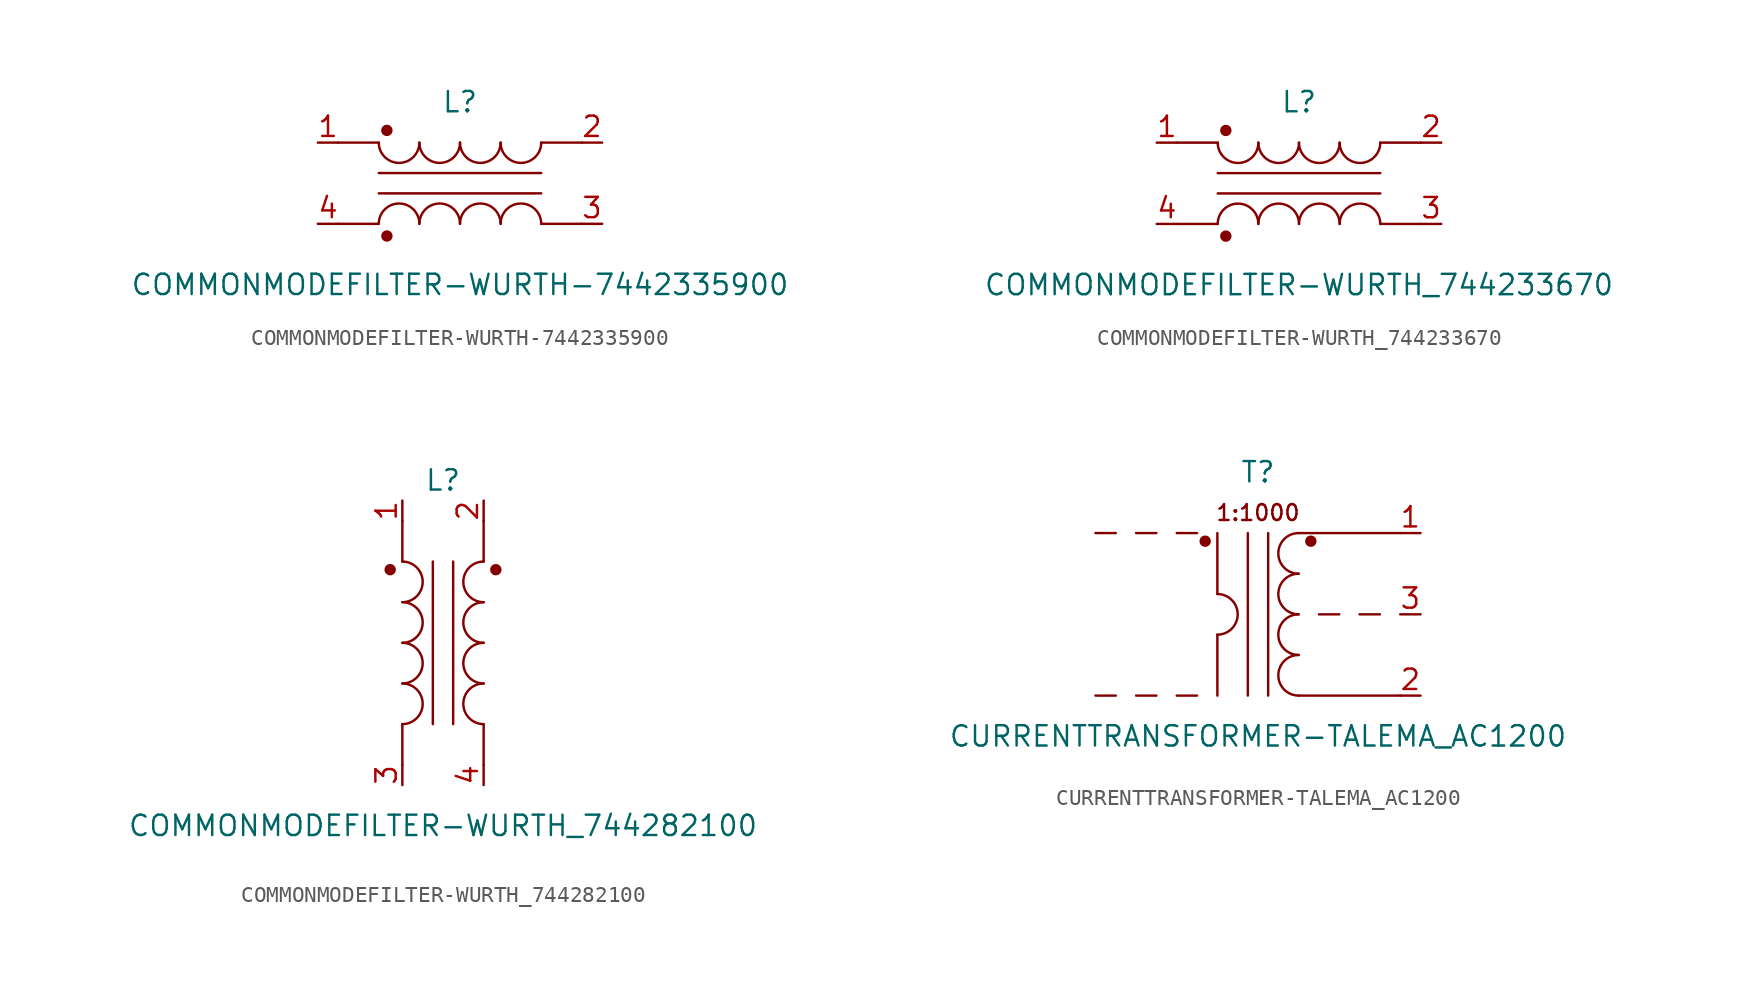
<source format=kicad_sym>
(kicad_symbol_lib
  (version 20201005)
  (generator kicad_symbol_editor)
  (symbol "COMMONMODEFILTER-WURTH-7442335900"
    (pin_names
      (offset 1.016) hide)
    (property "Reference" "L"
      (at 0 5.08 0)
      (effects (font (size 1.27 1.27))))
    (property "Value" "COMMONMODEFILTER-WURTH-7442335900"
      (at 0 -6.35 0)
      (effects (font (size 1.27 1.27))))
    (symbol "COMMONMODEFILTER-WURTH-7442335900_0_0"
      (arc (start -2.54 -2.54) (end -5.08 -2.54) (radius (at -3.81 -2.54) (length 1.27) (angles 0.1 179.9)) (stroke (width 0)) (fill (type none)))
      (arc (start -5.08 2.54) (end -2.54 2.54) (radius (at -3.81 2.54) (length 1.27) (angles -179.9 -0.1)) (stroke (width 0)) (fill (type none)))
      (arc (start 0 -2.54) (end -2.54 -2.54) (radius (at -1.27 -2.54) (length 1.27) (angles 0.1 179.9)) (stroke (width 0)) (fill (type none)))
      (arc (start -2.54 2.54) (end 0 2.54) (radius (at -1.27 2.54) (length 1.27) (angles -179.9 -0.1)) (stroke (width 0)) (fill (type none)))
      (arc (start 2.54 -2.54) (end 0 -2.54) (radius (at 1.27 -2.54) (length 1.27) (angles 0.1 179.9)) (stroke (width 0)) (fill (type none)))
      (arc (start 0 2.54) (end 2.54 2.54) (radius (at 1.27 2.54) (length 1.27) (angles -179.9 -0.1)) (stroke (width 0)) (fill (type none)))
      (arc (start 5.08 -2.54) (end 2.54 -2.54) (radius (at 3.81 -2.54) (length 1.27) (angles 0.1 179.9)) (stroke (width 0)) (fill (type none)))
      (arc (start 2.54 2.54) (end 5.08 2.54) (radius (at 3.81 2.54) (length 1.27) (angles -179.9 -0.1)) (stroke (width 0)) (fill (type none)))
      (circle (center -4.572 -3.302) (radius 0.279) (stroke (width 0)) (fill (type outline)))
      (circle (center -4.572 3.302) (radius 0.279) (stroke (width 0)) (fill (type outline))))
    (symbol "COMMONMODEFILTER-WURTH-7442335900_0_1"
      (polyline (pts (xy -7.62 -2.54) (xy -5.08 -2.54)) (stroke (width 0)) (fill (type none)))
      (polyline (pts (xy -7.62 2.54) (xy -5.08 2.54)) (stroke (width 0)) (fill (type none)))
      (polyline (pts (xy -5.08 -0.635) (xy 5.08 -0.635)) (stroke (width 0)) (fill (type none)))
      (polyline (pts (xy 5.08 0.635) (xy -5.08 0.635)) (stroke (width 0)) (fill (type none)))
      (polyline (pts (xy 5.08 2.54) (xy 7.62 2.54)) (stroke (width 0)) (fill (type none)))
      (polyline (pts (xy 7.62 -2.54) (xy 5.08 -2.54)) (stroke (width 0)) (fill (type none))))
    (symbol "COMMONMODEFILTER-WURTH-7442335900_1_1"
      (pin passive line (at -8.89 2.54 0) (length 1.27) (name "~" (effects (font (size 1.27 1.27)))) (number "1" (effects (font (size 1.27 1.27)))))
      (pin passive line (at 8.89 2.54 180) (length 1.27) (name "~" (effects (font (size 1.27 1.27)))) (number "2" (effects (font (size 1.27 1.27)))))
      (pin passive line (at 8.89 -2.54 180) (length 1.27) (name "~" (effects (font (size 1.27 1.27)))) (number "3" (effects (font (size 1.27 1.27)))))
      (pin passive line (at -8.89 -2.54 0) (length 1.27) (name "~" (effects (font (size 1.27 1.27)))) (number "4" (effects (font (size 1.27 1.27)))))))
  (symbol "COMMONMODEFILTER-WURTH_744233670"
    (pin_names
      (offset 1.016) hide)
    (property "Reference" "L"
      (at 0 5.08 0)
      (effects (font (size 1.27 1.27))))
    (property "Value" "COMMONMODEFILTER-WURTH_744233670"
      (at 0 -6.35 0)
      (effects (font (size 1.27 1.27))))
    (symbol "COMMONMODEFILTER-WURTH_744233670_0_0"
      (arc (start -2.54 -2.54) (end -5.08 -2.54) (radius (at -3.81 -2.54) (length 1.27) (angles 0.1 179.9)) (stroke (width 0)) (fill (type none)))
      (arc (start -5.08 2.54) (end -2.54 2.54) (radius (at -3.81 2.54) (length 1.27) (angles -179.9 -0.1)) (stroke (width 0)) (fill (type none)))
      (arc (start 0 -2.54) (end -2.54 -2.54) (radius (at -1.27 -2.54) (length 1.27) (angles 0.1 179.9)) (stroke (width 0)) (fill (type none)))
      (arc (start -2.54 2.54) (end 0 2.54) (radius (at -1.27 2.54) (length 1.27) (angles -179.9 -0.1)) (stroke (width 0)) (fill (type none)))
      (arc (start 2.54 -2.54) (end 0 -2.54) (radius (at 1.27 -2.54) (length 1.27) (angles 0.1 179.9)) (stroke (width 0)) (fill (type none)))
      (arc (start 0 2.54) (end 2.54 2.54) (radius (at 1.27 2.54) (length 1.27) (angles -179.9 -0.1)) (stroke (width 0)) (fill (type none)))
      (arc (start 5.08 -2.54) (end 2.54 -2.54) (radius (at 3.81 -2.54) (length 1.27) (angles 0.1 179.9)) (stroke (width 0)) (fill (type none)))
      (arc (start 2.54 2.54) (end 5.08 2.54) (radius (at 3.81 2.54) (length 1.27) (angles -179.9 -0.1)) (stroke (width 0)) (fill (type none)))
      (circle (center -4.572 -3.302) (radius 0.279) (stroke (width 0)) (fill (type outline)))
      (circle (center -4.572 3.302) (radius 0.279) (stroke (width 0)) (fill (type outline))))
    (symbol "COMMONMODEFILTER-WURTH_744233670_0_1"
      (polyline (pts (xy -7.62 -2.54) (xy -5.08 -2.54)) (stroke (width 0)) (fill (type none)))
      (polyline (pts (xy -7.62 2.54) (xy -5.08 2.54)) (stroke (width 0)) (fill (type none)))
      (polyline (pts (xy -5.08 -0.635) (xy 5.08 -0.635)) (stroke (width 0)) (fill (type none)))
      (polyline (pts (xy 5.08 0.635) (xy -5.08 0.635)) (stroke (width 0)) (fill (type none)))
      (polyline (pts (xy 5.08 2.54) (xy 7.62 2.54)) (stroke (width 0)) (fill (type none)))
      (polyline (pts (xy 7.62 -2.54) (xy 5.08 -2.54)) (stroke (width 0)) (fill (type none))))
    (symbol "COMMONMODEFILTER-WURTH_744233670_1_1"
      (pin passive line (at -8.89 2.54 0) (length 1.27) (name "~" (effects (font (size 1.27 1.27)))) (number "1" (effects (font (size 1.27 1.27)))))
      (pin passive line (at 8.89 2.54 180) (length 1.27) (name "~" (effects (font (size 1.27 1.27)))) (number "2" (effects (font (size 1.27 1.27)))))
      (pin passive line (at 8.89 -2.54 180) (length 1.27) (name "~" (effects (font (size 1.27 1.27)))) (number "3" (effects (font (size 1.27 1.27)))))
      (pin passive line (at -8.89 -2.54 0) (length 1.27) (name "~" (effects (font (size 1.27 1.27)))) (number "4" (effects (font (size 1.27 1.27)))))))
  (symbol "COMMONMODEFILTER-WURTH_744282100"
    (pin_names
      (offset 1.016) hide)
    (property "Reference" "L"
      (at 0 10.16 0)
      (effects (font (size 1.27 1.27))))
    (property "Value" "COMMONMODEFILTER-WURTH_744282100"
      (at 0 -11.43 0)
      (effects (font (size 1.27 1.27))))
    (symbol "COMMONMODEFILTER-WURTH_744282100_0_0"
      (arc (start -2.54 -5.08) (end -2.54 -2.54) (radius (at -2.54 -3.81) (length 1.27) (angles -89.9 89.9)) (stroke (width 0)) (fill (type none)))
      (arc (start -2.54 -2.54) (end -2.54 0) (radius (at -2.54 -1.27) (length 1.27) (angles -89.9 89.9)) (stroke (width 0)) (fill (type none)))
      (arc (start -2.54 0) (end -2.54 2.54) (radius (at -2.54 1.27) (length 1.27) (angles -89.9 89.9)) (stroke (width 0)) (fill (type none)))
      (arc (start -2.54 2.54) (end -2.54 5.08) (radius (at -2.54 3.81) (length 1.27) (angles -89.9 89.9)) (stroke (width 0)) (fill (type none)))
      (arc (start 2.54 -2.54) (end 2.54 -5.08) (radius (at 2.54 -3.81) (length 1.27) (angles 90.1 -90.1)) (stroke (width 0)) (fill (type none)))
      (arc (start 2.54 0) (end 2.54 -2.54) (radius (at 2.54 -1.27) (length 1.27) (angles 90.1 -90.1)) (stroke (width 0)) (fill (type none)))
      (arc (start 2.54 2.54) (end 2.54 0) (radius (at 2.54 1.27) (length 1.27) (angles 90.1 -90.1)) (stroke (width 0)) (fill (type none)))
      (arc (start 2.54 5.08) (end 2.54 2.54) (radius (at 2.54 3.81) (length 1.27) (angles 90.1 -90.1)) (stroke (width 0)) (fill (type none)))
      (circle (center -3.302 4.572) (radius 0.279) (stroke (width 0)) (fill (type outline)))
      (circle (center 3.302 4.572) (radius 0.279) (stroke (width 0)) (fill (type outline))))
    (symbol "COMMONMODEFILTER-WURTH_744282100_0_1"
      (polyline (pts (xy -2.54 -7.62) (xy -2.54 -5.08)) (stroke (width 0)) (fill (type none)))
      (polyline (pts (xy -2.54 7.62) (xy -2.54 5.08)) (stroke (width 0)) (fill (type none)))
      (polyline (pts (xy -0.635 5.08) (xy -0.635 -5.08)) (stroke (width 0)) (fill (type none)))
      (polyline (pts (xy 0.635 -5.08) (xy 0.635 5.08)) (stroke (width 0)) (fill (type none)))
      (polyline (pts (xy 2.54 -5.08) (xy 2.54 -7.62)) (stroke (width 0)) (fill (type none)))
      (polyline (pts (xy 2.54 7.62) (xy 2.54 5.08)) (stroke (width 0)) (fill (type none))))
    (symbol "COMMONMODEFILTER-WURTH_744282100_1_1"
      (pin passive line (at -2.54 8.89 270) (length 1.27) (name "~" (effects (font (size 1.27 1.27)))) (number "1" (effects (font (size 1.27 1.27)))))
      (pin passive line (at 2.54 8.89 270) (length 1.27) (name "~" (effects (font (size 1.27 1.27)))) (number "2" (effects (font (size 1.27 1.27)))))
      (pin passive line (at -2.54 -8.89 90) (length 1.27) (name "~" (effects (font (size 1.27 1.27)))) (number "3" (effects (font (size 1.27 1.27)))))
      (pin passive line (at 2.54 -8.89 90) (length 1.27) (name "~" (effects (font (size 1.27 1.27)))) (number "4" (effects (font (size 1.27 1.27)))))))
  (symbol "CURRENTTRANSFORMER-TALEMA_AC1200"
    (pin_names
      (offset 1.016) hide)
    (property "Reference" "T"
      (at 0 8.89 0)
      (effects (font (size 1.27 1.27))))
    (property "Value" "CURRENTTRANSFORMER-TALEMA_AC1200"
      (at 0 -7.62 0)
      (effects (font (size 1.27 1.27))))
    (symbol "CURRENTTRANSFORMER-TALEMA_AC1200_0_0"
      (arc (start 2.54 -2.54) (end 2.54 -5.08) (radius (at 2.54 -3.81) (length 1.27) (angles 90.1 -90.1)) (stroke (width 0)) (fill (type none)))
      (arc (start 2.54 0) (end 2.54 -2.54) (radius (at 2.54 -1.27) (length 1.27) (angles 90.1 -90.1)) (stroke (width 0)) (fill (type none)))
      (arc (start 2.54 2.54) (end 2.54 0) (radius (at 2.54 1.27) (length 1.27) (angles 90.1 -90.1)) (stroke (width 0)) (fill (type none)))
      (arc (start 2.54 5.08) (end 2.54 2.54) (radius (at 2.54 3.81) (length 1.27) (angles 90.1 -90.1)) (stroke (width 0)) (fill (type none)))
      (circle (center -3.302 4.572) (radius 0.279) (stroke (width 0)) (fill (type outline)))
      (circle (center 3.302 4.572) (radius 0.279) (stroke (width 0)) (fill (type outline)))
      (text "1:1000" (at 0 6.35 0) (effects (font (size 0.991 0.991))))
      (polyline (pts (xy -10.16 -5.08) (xy -8.89 -5.08)) (stroke (width 0)) (fill (type none)))
      (polyline (pts (xy -7.62 -5.08) (xy -6.35 -5.08)) (stroke (width 0)) (fill (type none)))
      (polyline (pts (xy -5.08 -5.08) (xy -3.81 -5.08)) (stroke (width 0)) (fill (type none)))
      (polyline (pts (xy 2.54 -5.08) (xy 8.89 -5.08)) (stroke (width 0)) (fill (type none)))
      (polyline (pts (xy 5.08 0) (xy 3.81 0)) (stroke (width 0)) (fill (type none)))
      (polyline (pts (xy 7.62 0) (xy 6.35 0)) (stroke (width 0)) (fill (type none)))
      (polyline (pts (xy 8.89 5.08) (xy 2.54 5.08)) (stroke (width 0)) (fill (type none))))
    (symbol "CURRENTTRANSFORMER-TALEMA_AC1200_0_1"
      (arc (start -2.54 -1.27) (end -2.54 1.27) (radius (at -2.54 0) (length 1.27) (angles -89.9 89.9)) (stroke (width 0)) (fill (type none)))
      (polyline (pts (xy -10.16 5.08) (xy -8.89 5.08)) (stroke (width 0)) (fill (type none)))
      (polyline (pts (xy -7.62 5.08) (xy -6.35 5.08)) (stroke (width 0)) (fill (type none)))
      (polyline (pts (xy -5.08 5.08) (xy -3.81 5.08)) (stroke (width 0)) (fill (type none)))
      (polyline (pts (xy -2.54 -1.27) (xy -2.54 -5.08)) (stroke (width 0)) (fill (type none)))
      (polyline (pts (xy -2.54 1.27) (xy -2.54 5.08)) (stroke (width 0)) (fill (type none)))
      (polyline (pts (xy -0.635 5.08) (xy -0.635 -5.08)) (stroke (width 0)) (fill (type none)))
      (polyline (pts (xy 0.635 -5.08) (xy 0.635 5.08)) (stroke (width 0)) (fill (type none))))
    (symbol "CURRENTTRANSFORMER-TALEMA_AC1200_1_1"
      (pin passive line (at 10.16 5.08 180) (length 1.27) (name "~" (effects (font (size 1.27 1.27)))) (number "1" (effects (font (size 1.27 1.27)))))
      (pin passive line (at 10.16 -5.08 180) (length 1.27) (name "~" (effects (font (size 1.27 1.27)))) (number "2" (effects (font (size 1.27 1.27)))))
      (pin passive line (at 10.16 0 180) (length 1.27) (name "~" (effects (font (size 1.27 1.27)))) (number "3" (effects (font (size 1.27 1.27))))))))
</source>
